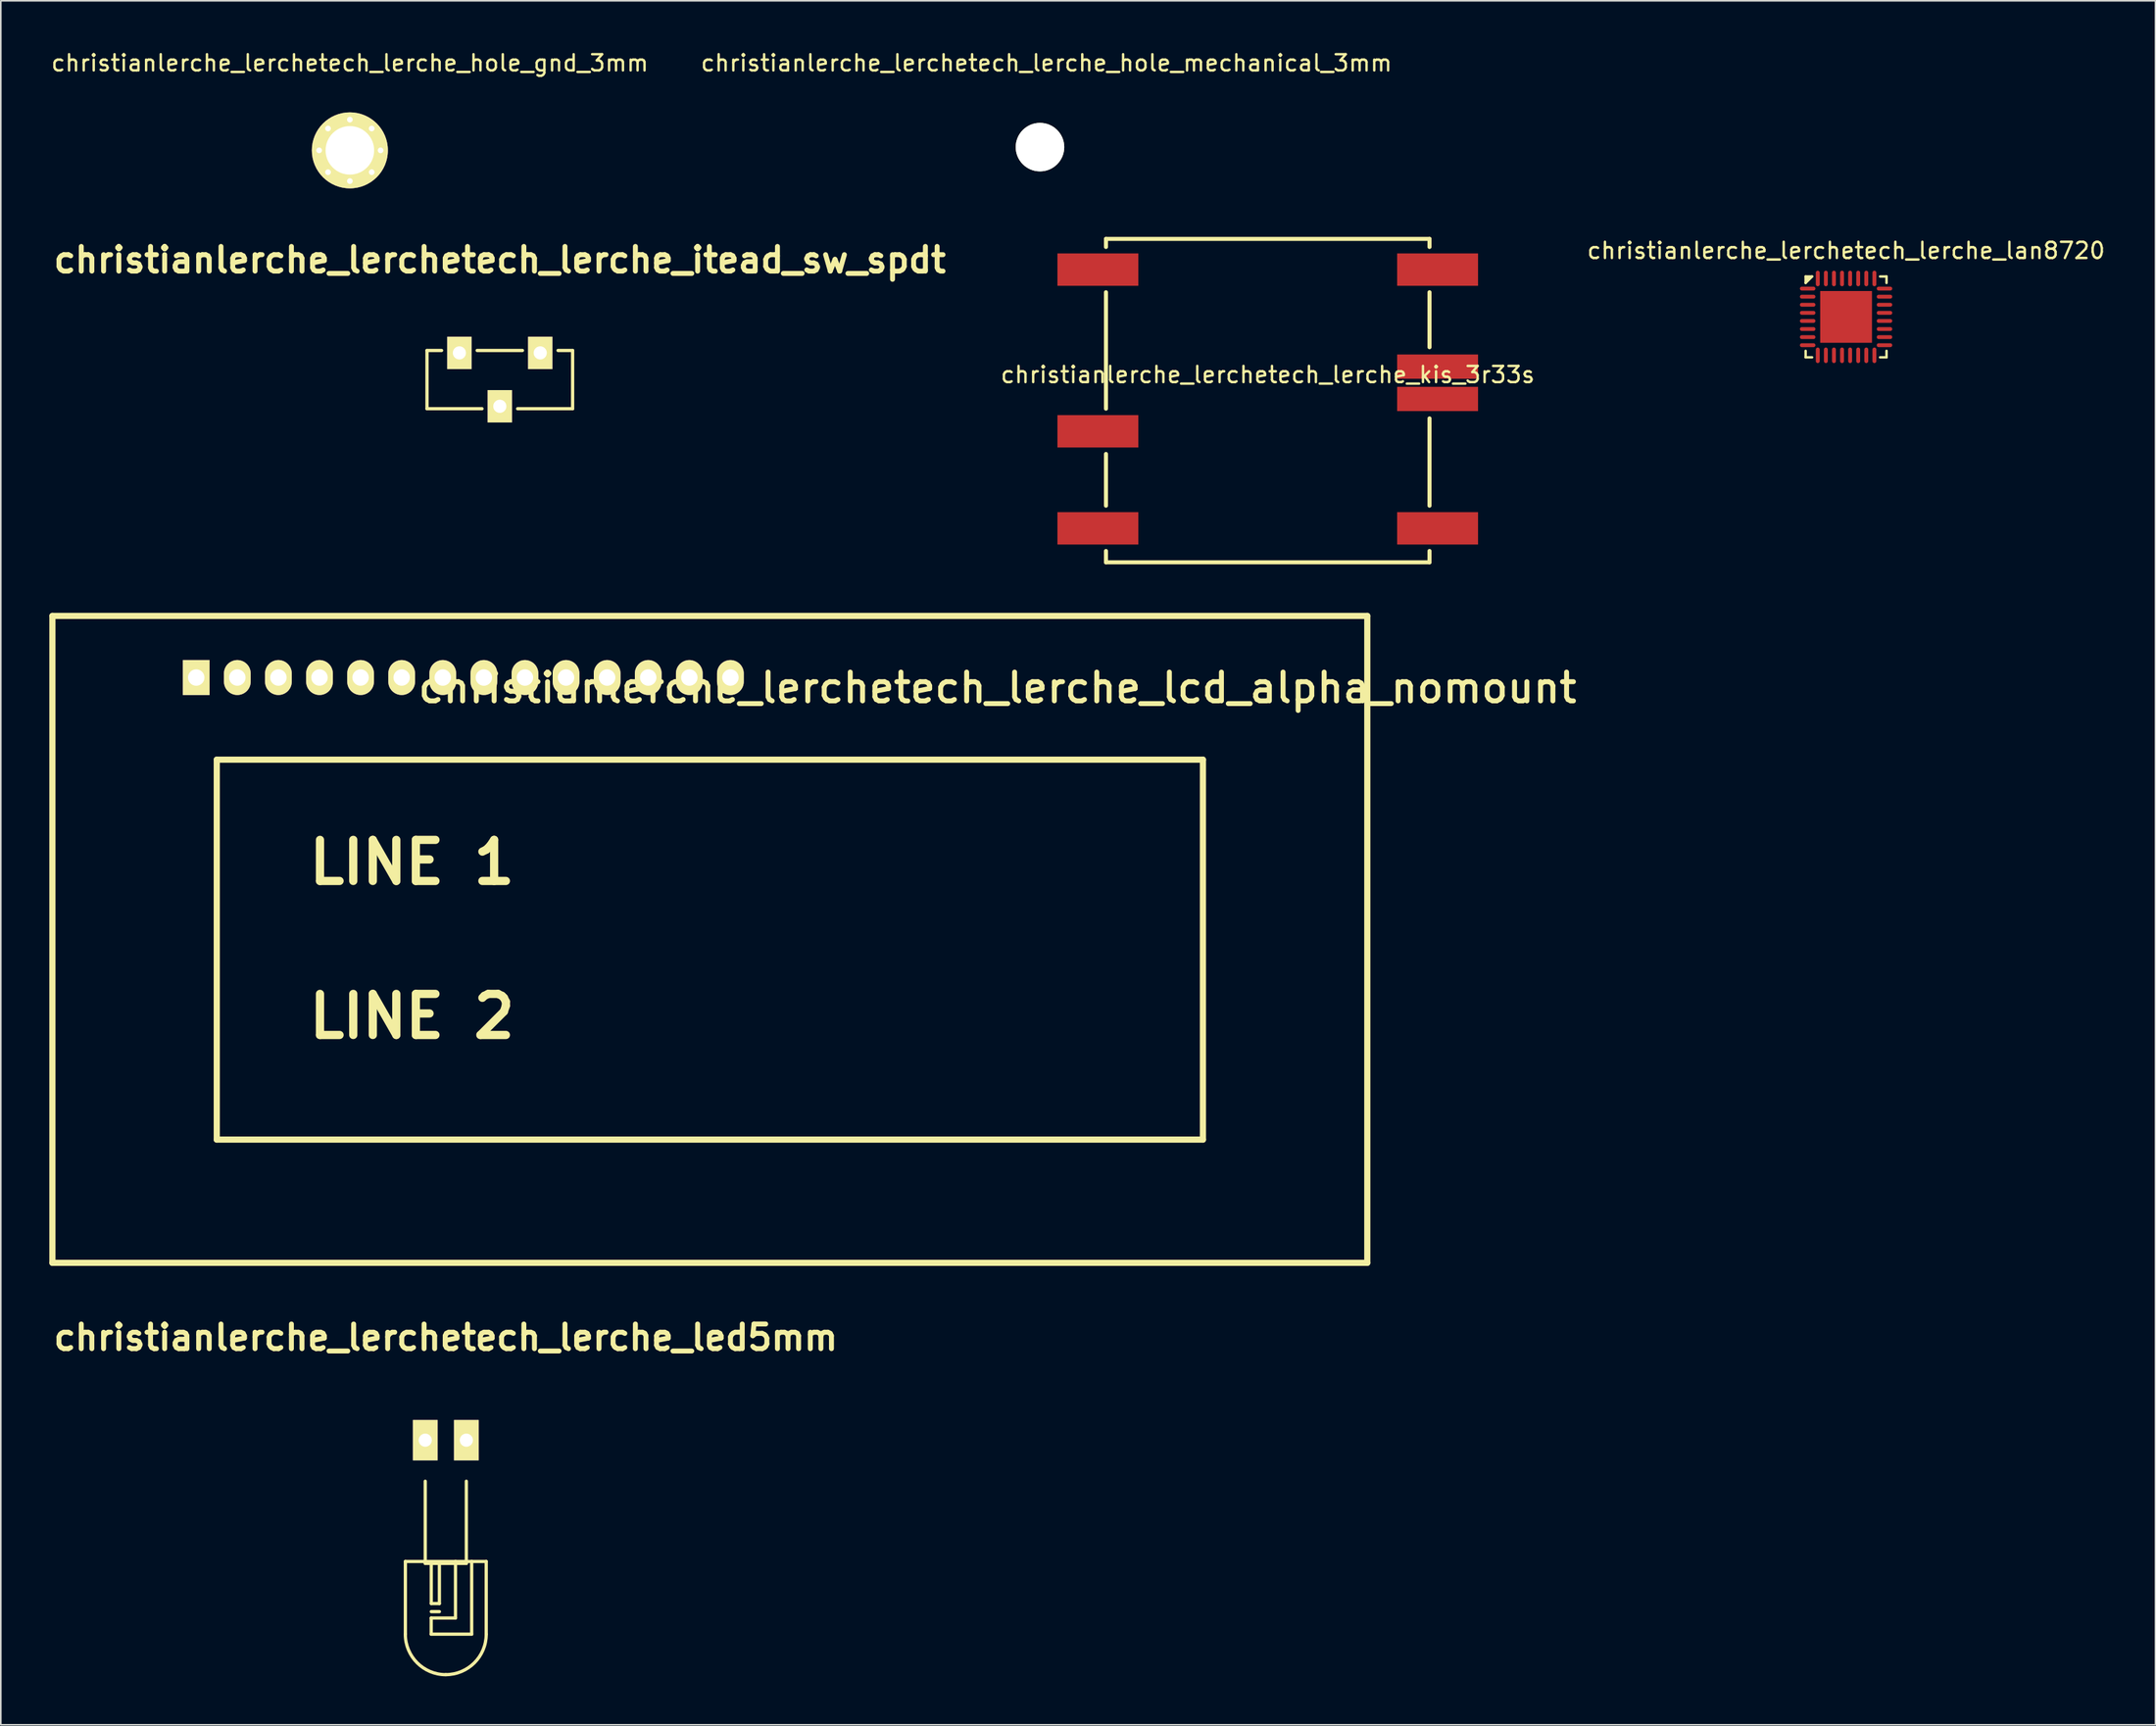
<source format=kicad_pcb>
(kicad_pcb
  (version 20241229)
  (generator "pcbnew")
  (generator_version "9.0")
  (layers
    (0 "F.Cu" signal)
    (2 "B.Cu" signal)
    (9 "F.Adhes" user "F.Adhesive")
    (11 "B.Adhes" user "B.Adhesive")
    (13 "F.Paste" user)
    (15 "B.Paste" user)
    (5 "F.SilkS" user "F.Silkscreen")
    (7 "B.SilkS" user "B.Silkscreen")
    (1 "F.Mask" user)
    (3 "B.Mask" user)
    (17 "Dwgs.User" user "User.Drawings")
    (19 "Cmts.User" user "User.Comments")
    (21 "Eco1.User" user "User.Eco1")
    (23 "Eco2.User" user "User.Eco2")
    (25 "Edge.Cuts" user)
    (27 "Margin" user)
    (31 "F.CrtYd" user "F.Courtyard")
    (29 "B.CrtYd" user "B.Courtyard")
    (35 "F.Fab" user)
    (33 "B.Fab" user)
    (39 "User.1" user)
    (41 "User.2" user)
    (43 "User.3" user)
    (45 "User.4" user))
  (footprint "christianlerche_lerchetech_lerche_hole_gnd_3mm"
    (layer "F.Cu")
    (at 18.577 6.248)
    (property "Reference" "christianlerche_lerchetech_lerche_hole_gnd_3mm" (at 0 -5.4 0) (layer "F.SilkS") (effects (font (size 1 1) (thickness 0.15))))
    (attr through_hole)
    (pad "HOLE" thru_hole circle (at -1.9 0) (size 0.65 0.65) (drill 0.35) (layers "*.Cu" "*.Mask" "F.SilkS"))
    (pad "HOLE" thru_hole circle (at -1.35 -1.35) (size 0.65 0.65) (drill 0.35) (layers "*.Cu" "*.Mask" "F.SilkS"))
    (pad "HOLE" thru_hole circle (at -1.35 1.35) (size 0.65 0.65) (drill 0.35) (layers "*.Cu" "*.Mask" "F.SilkS"))
    (pad "HOLE" thru_hole circle (at 0 -1.9) (size 0.65 0.65) (drill 0.35) (layers "*.Cu" "*.Mask" "F.SilkS"))
    (pad "HOLE" thru_hole circle (at 0 0) (size 4.7 4.7) (drill 3) (layers "*.Cu" "*.Mask" "F.SilkS"))
    (pad "HOLE" thru_hole circle (at 0 1.9) (size 0.65 0.65) (drill 0.35) (layers "*.Cu" "*.Mask" "F.SilkS"))
    (pad "HOLE" thru_hole circle (at 1.35 -1.35) (size 0.65 0.65) (drill 0.35) (layers "*.Cu" "*.Mask" "F.SilkS"))
    (pad "HOLE" thru_hole circle (at 1.35 1.35) (size 0.65 0.65) (drill 0.35) (layers "*.Cu" "*.Mask" "F.SilkS"))
    (pad "HOLE" thru_hole circle (at 1.9 0) (size 0.65 0.65) (drill 0.35) (layers "*.Cu" "*.Mask" "F.SilkS")))
  (footprint "christianlerche_lerchetech_lerche_led5mm"
    (layer "F.Cu")
    (at 24.507 86.011)
    (property "Reference" "christianlerche_lerchetech_lerche_led5mm" (at 0 -6.35 0) (layer "F.SilkS") (effects (font (size 1.524 1.524) (thickness 0.305))))
    (attr through_hole)
    (fp_line (start -2.499 7.501) (end -2.499 11.999) (stroke (width 0.201) (type solid)) (layer "F.SilkS"))
    (fp_line (start -1.27 2.54) (end -1.27 7.62) (stroke (width 0.201) (type solid)) (layer "F.SilkS"))
    (fp_line (start -1.27 7.62) (end 1.27 7.62) (stroke (width 0.201) (type solid)) (layer "F.SilkS"))
    (fp_line (start -0.902 10.998) (end 0.599 10.998) (stroke (width 0.201) (type solid)) (layer "F.SilkS"))
    (fp_line (start -0.902 11.996) (end -0.902 10.998) (stroke (width 0.201) (type solid)) (layer "F.SilkS"))
    (fp_line (start -0.899 7.6) (end -0.899 10.099) (stroke (width 0.201) (type solid)) (layer "F.SilkS"))
    (fp_line (start -0.897 10.102) (end -0.396 10.102) (stroke (width 0.201) (type solid)) (layer "F.SilkS"))
    (fp_line (start -0.396 10.102) (end -0.396 7.602) (stroke (width 0.201) (type solid)) (layer "F.SilkS"))
    (fp_line (start -0.396 10.602) (end -0.897 10.602) (stroke (width 0.201) (type solid)) (layer "F.SilkS"))
    (fp_line (start 0.599 10.998) (end 0.599 7.498) (stroke (width 0.201) (type solid)) (layer "F.SilkS"))
    (fp_line (start 1.27 2.54) (end 1.27 7.62) (stroke (width 0.201) (type solid)) (layer "F.SilkS"))
    (fp_line (start 1.6 7.498) (end 1.6 11.996) (stroke (width 0.201) (type solid)) (layer "F.SilkS"))
    (fp_line (start 1.6 11.996) (end -0.902 11.996) (stroke (width 0.201) (type solid)) (layer "F.SilkS"))
    (fp_line (start 2.499 7.501) (end -2.499 7.501) (stroke (width 0.201) (type solid)) (layer "F.SilkS"))
    (fp_line (start 2.499 7.501) (end 2.499 11.999) (stroke (width 0.201) (type solid)) (layer "F.SilkS"))
    (fp_arc (start 0 14.50086) (mid -1.76911 13.76807) (end -2.5019 11.99896) (stroke (width 0.20066) (type solid)) (layer "F.SilkS"))
    (fp_arc (start 2.49936 11.99896) (mid 1.767314 13.766274) (end 0 14.49832) (stroke (width 0.20066) (type solid)) (layer "F.SilkS"))
    (pad "1" thru_hole rect (at -1.27 0) (size 1.524 2.499) (drill 0.813) (layers "*.Cu" "*.Mask" "F.SilkS"))
    (pad "2" thru_hole rect (at 1.27 0) (size 1.524 2.499) (drill 0.813) (layers "*.Cu" "*.Mask" "F.SilkS")))
  (footprint "christianlerche_lerchetech_lerche_lan8720"
    (layer "F.Cu")
    (at 111.066 16.547)
    (property "Reference" "christianlerche_lerchetech_lerche_lan8720" (at 0 -4.1 0) (layer "F.SilkS") (effects (font (size 1 1) (thickness 0.15))))
    (attr through_hole)
    (fp_line (start -2.5 -2.5) (end -2.5 -2.1) (stroke (width 0.15) (type solid)) (layer "F.SilkS"))
    (fp_line (start -2.5 -2.5) (end -2.1 -2.5) (stroke (width 0.15) (type solid)) (layer "F.SilkS"))
    (fp_line (start -2.5 2.5) (end -2.5 2.1) (stroke (width 0.15) (type solid)) (layer "F.SilkS"))
    (fp_line (start -2.4 -2.4) (end -2.4 -2.3) (stroke (width 0.15) (type solid)) (layer "F.SilkS"))
    (fp_line (start -2.4 -2.3) (end -2.3 -2.4) (stroke (width 0.15) (type solid)) (layer "F.SilkS"))
    (fp_line (start -2.3 -2.4) (end -2.4 -2.4) (stroke (width 0.15) (type solid)) (layer "F.SilkS"))
    (fp_line (start -2.1 -2.5) (end -2.5 -2.1) (stroke (width 0.15) (type solid)) (layer "F.SilkS"))
    (fp_line (start -2.1 2.5) (end -2.5 2.5) (stroke (width 0.15) (type solid)) (layer "F.SilkS"))
    (fp_line (start 2.1 2.5) (end 2.5 2.5) (stroke (width 0.15) (type solid)) (layer "F.SilkS"))
    (fp_line (start 2.5 -2.5) (end 2.1 -2.5) (stroke (width 0.15) (type solid)) (layer "F.SilkS"))
    (fp_line (start 2.5 -2.5) (end 2.5 -2.1) (stroke (width 0.15) (type solid)) (layer "F.SilkS"))
    (fp_line (start 2.5 2.5) (end 2.5 2.1) (stroke (width 0.15) (type solid)) (layer "F.SilkS"))
    (pad "1" smd oval (at -2.375 -1.75) (size 0.96 0.24) (layers "F.Cu" "F.Mask" "F.Paste"))
    (pad "2" smd oval (at -2.375 -1.25) (size 0.96 0.24) (layers "F.Cu" "F.Mask" "F.Paste"))
    (pad "3" smd oval (at -2.375 -0.75) (size 0.96 0.24) (layers "F.Cu" "F.Mask" "F.Paste"))
    (pad "4" smd oval (at -2.375 -0.25) (size 0.96 0.24) (layers "F.Cu" "F.Mask" "F.Paste"))
    (pad "5" smd oval (at -2.375 0.25) (size 0.96 0.24) (layers "F.Cu" "F.Mask" "F.Paste"))
    (pad "6" smd oval (at -2.375 0.75) (size 0.96 0.24) (layers "F.Cu" "F.Mask" "F.Paste"))
    (pad "7" smd oval (at -2.375 1.25) (size 0.96 0.24) (layers "F.Cu" "F.Mask" "F.Paste"))
    (pad "8" smd oval (at -2.375 1.75) (size 0.96 0.24) (layers "F.Cu" "F.Mask" "F.Paste"))
    (pad "9" smd oval (at -1.75 2.375 90) (size 0.96 0.24) (layers "F.Cu" "F.Mask" "F.Paste"))
    (pad "10" smd oval (at -1.25 2.375 90) (size 0.96 0.24) (layers "F.Cu" "F.Mask" "F.Paste"))
    (pad "11" smd oval (at -0.75 2.375 90) (size 0.96 0.24) (layers "F.Cu" "F.Mask" "F.Paste"))
    (pad "12" smd oval (at -0.25 2.375 90) (size 0.96 0.24) (layers "F.Cu" "F.Mask" "F.Paste"))
    (pad "13" smd oval (at 0.25 2.375 90) (size 0.96 0.24) (layers "F.Cu" "F.Mask" "F.Paste"))
    (pad "14" smd oval (at 0.75 2.375 90) (size 0.96 0.24) (layers "F.Cu" "F.Mask" "F.Paste"))
    (pad "15" smd oval (at 1.25 2.375 90) (size 0.96 0.24) (layers "F.Cu" "F.Mask" "F.Paste"))
    (pad "16" smd oval (at 1.75 2.375 90) (size 0.96 0.24) (layers "F.Cu" "F.Mask" "F.Paste"))
    (pad "17" smd oval (at 2.375 1.75) (size 0.96 0.24) (layers "F.Cu" "F.Mask" "F.Paste"))
    (pad "18" smd oval (at 2.375 1.25) (size 0.96 0.24) (layers "F.Cu" "F.Mask" "F.Paste"))
    (pad "19" smd oval (at 2.375 0.75) (size 0.96 0.24) (layers "F.Cu" "F.Mask" "F.Paste"))
    (pad "20" smd oval (at 2.375 0.25) (size 0.96 0.24) (layers "F.Cu" "F.Mask" "F.Paste"))
    (pad "21" smd oval (at 2.375 -0.25) (size 0.96 0.24) (layers "F.Cu" "F.Mask" "F.Paste"))
    (pad "22" smd oval (at 2.375 -0.75) (size 0.96 0.24) (layers "F.Cu" "F.Mask" "F.Paste"))
    (pad "23" smd oval (at 2.375 -1.25) (size 0.96 0.24) (layers "F.Cu" "F.Mask" "F.Paste"))
    (pad "24" smd oval (at 2.375 -1.75) (size 0.96 0.24) (layers "F.Cu" "F.Mask" "F.Paste"))
    (pad "25" smd oval (at 1.75 -2.375 90) (size 0.96 0.24) (layers "F.Cu" "F.Mask" "F.Paste"))
    (pad "26" smd oval (at 1.25 -2.375 90) (size 0.96 0.24) (layers "F.Cu" "F.Mask" "F.Paste"))
    (pad "27" smd oval (at 0.75 -2.375 90) (size 0.96 0.24) (layers "F.Cu" "F.Mask" "F.Paste"))
    (pad "28" smd oval (at 0.25 -2.375 90) (size 0.96 0.24) (layers "F.Cu" "F.Mask" "F.Paste"))
    (pad "29" smd oval (at -0.25 -2.375 90) (size 0.96 0.24) (layers "F.Cu" "F.Mask" "F.Paste"))
    (pad "30" smd oval (at -0.75 -2.375 90) (size 0.96 0.24) (layers "F.Cu" "F.Mask" "F.Paste"))
    (pad "31" smd oval (at -1.25 -2.375 90) (size 0.96 0.24) (layers "F.Cu" "F.Mask" "F.Paste"))
    (pad "32" smd oval (at -1.75 -2.375 90) (size 0.96 0.24) (layers "F.Cu" "F.Mask" "F.Paste"))
    (pad "EP" smd rect (at 0 0) (size 3.2 3.2) (layers "F.Cu" "F.Mask" "F.Paste")))
  (footprint "christianlerche_lerchetech_lerche_lcd_alpha_nomount"
    (layer "F.Cu")
    (at 25.59 38.849)
    (property "Reference" "christianlerche_lerchetech_lerche_lcd_alpha_nomount" (at 33.02 0.635 0) (layer "F.SilkS") (effects (font (size 1.778 1.778) (thickness 0.305))))
    (attr through_hole)
    (fp_line (start -25.4 -3.81) (end 55.88 -3.81) (stroke (width 0.381) (type solid)) (layer "F.SilkS"))
    (fp_line (start -25.4 36.195) (end -25.4 -3.81) (stroke (width 0.381) (type solid)) (layer "F.SilkS"))
    (fp_line (start -15.24 5.08) (end 45.72 5.08) (stroke (width 0.381) (type solid)) (layer "F.SilkS"))
    (fp_line (start -15.24 28.575) (end -15.24 5.08) (stroke (width 0.381) (type solid)) (layer "F.SilkS"))
    (fp_line (start 45.72 5.08) (end 45.72 28.575) (stroke (width 0.381) (type solid)) (layer "F.SilkS"))
    (fp_line (start 45.72 28.575) (end -15.24 28.575) (stroke (width 0.381) (type solid)) (layer "F.SilkS"))
    (fp_line (start 55.88 -3.81) (end 55.88 36.195) (stroke (width 0.381) (type solid)) (layer "F.SilkS"))
    (fp_line (start 55.88 36.195) (end -25.4 36.195) (stroke (width 0.381) (type solid)) (layer "F.SilkS"))
    (fp_text user "LINE 1" (at -3.175 11.43 0) (layer "F.SilkS") (effects (font (size 2.54 2.54) (thickness 0.508))))
    (fp_text user "LINE 2" (at -3.175 20.955 0) (layer "F.SilkS") (effects (font (size 2.54 2.54) (thickness 0.508))))
    (pad "1" thru_hole rect (at -16.51 0) (size 1.651 2.159) (drill 1.016) (layers "*.Cu" "*.Mask" "F.SilkS"))
    (pad "2" thru_hole oval (at -13.97 0) (size 1.651 2.159) (drill 1.016) (layers "*.Cu" "*.Mask" "F.SilkS"))
    (pad "3" thru_hole oval (at -11.43 0) (size 1.651 2.159) (drill 1.016) (layers "*.Cu" "*.Mask" "F.SilkS"))
    (pad "4" thru_hole oval (at -8.89 0) (size 1.651 2.159) (drill 1.016) (layers "*.Cu" "*.Mask" "F.SilkS"))
    (pad "5" thru_hole oval (at -6.35 0) (size 1.651 2.159) (drill 1.016) (layers "*.Cu" "*.Mask" "F.SilkS"))
    (pad "6" thru_hole oval (at -3.81 0) (size 1.651 2.159) (drill 1.016) (layers "*.Cu" "*.Mask" "F.SilkS"))
    (pad "7" thru_hole oval (at -1.27 0) (size 1.651 2.159) (drill 1.016) (layers "*.Cu" "*.Mask" "F.SilkS"))
    (pad "8" thru_hole oval (at 1.27 0) (size 1.651 2.159) (drill 1.016) (layers "*.Cu" "*.Mask" "F.SilkS"))
    (pad "9" thru_hole oval (at 3.81 0) (size 1.651 2.159) (drill 1.016) (layers "*.Cu" "*.Mask" "F.SilkS"))
    (pad "10" thru_hole oval (at 6.35 0) (size 1.651 2.159) (drill 1.016) (layers "*.Cu" "*.Mask" "F.SilkS"))
    (pad "11" thru_hole oval (at 8.89 0) (size 1.651 2.159) (drill 1.016) (layers "*.Cu" "*.Mask" "F.SilkS"))
    (pad "12" thru_hole oval (at 11.43 0) (size 1.651 2.159) (drill 1.016) (layers "*.Cu" "*.Mask" "F.SilkS"))
    (pad "13" thru_hole oval (at 13.97 0) (size 1.651 2.159) (drill 1.016) (layers "*.Cu" "*.Mask" "F.SilkS"))
    (pad "14" thru_hole oval (at 16.51 0) (size 1.651 2.159) (drill 1.016) (layers "*.Cu" "*.Mask" "F.SilkS")))
  (footprint "christianlerche_lerchetech_lerche_itead_sw_spdt"
    (layer "F.Cu")
    (at 27.846 20.424)
    (property "Reference" "christianlerche_lerchetech_lerche_itead_sw_spdt" (at 0 -7.399 0) (layer "F.SilkS") (effects (font (size 1.524 1.524) (thickness 0.305))))
    (attr through_hole)
    (fp_line (start -4.501 -1.801) (end -4.501 1.801) (stroke (width 0.201) (type solid)) (layer "F.SilkS"))
    (fp_line (start -4.501 -1.801) (end -3.599 -1.801) (stroke (width 0.201) (type solid)) (layer "F.SilkS"))
    (fp_line (start -4.501 1.801) (end -1.1 1.801) (stroke (width 0.201) (type solid)) (layer "F.SilkS"))
    (fp_line (start -1.4 -1.801) (end 1.4 -1.801) (stroke (width 0.201) (type solid)) (layer "F.SilkS"))
    (fp_line (start 1.1 1.801) (end 4.501 1.801) (stroke (width 0.201) (type solid)) (layer "F.SilkS"))
    (fp_line (start 4.501 -1.801) (end 3.599 -1.801) (stroke (width 0.201) (type solid)) (layer "F.SilkS"))
    (fp_line (start 4.501 1.801) (end 4.501 -1.801) (stroke (width 0.201) (type solid)) (layer "F.SilkS"))
    (pad "1" thru_hole rect (at -2.499 -1.651) (size 1.501 1.999) (drill 0.813) (layers "*.Cu" "*.Mask" "F.SilkS"))
    (pad "2" thru_hole rect (at 0 1.651) (size 1.501 1.999) (drill 0.813) (layers "*.Cu" "*.Mask" "F.SilkS"))
    (pad "3" thru_hole rect (at 2.499 -1.651) (size 1.501 1.999) (drill 0.813) (layers "*.Cu" "*.Mask" "F.SilkS")))
  (footprint "christianlerche_lerchetech_lerche_hole_mechanical_3mm"
    (layer "F.Cu")
    (at 61.237 6.048)
    (property "Reference" "christianlerche_lerchetech_lerche_hole_mechanical_3mm" (at 0.4 -5.2 0) (layer "F.SilkS") (effects (font (size 1 1) (thickness 0.15))))
    (attr through_hole)
    (pad "" np_thru_hole circle (at 0 0) (size 3 3) (drill 3) (layers "*.Cu" "*.Mask" "F.SilkS")))
  (footprint "christianlerche_lerchetech_lerche_kis_3r33s"
    (layer "F.Cu")
    (at 75.316 21.723)
    (property "Reference" "christianlerche_lerchetech_lerche_kis_3r33s" (at 0 -1.6 0) (layer "F.SilkS") (effects (font (size 1 1) (thickness 0.15))))
    (attr through_hole)
    (fp_line (start -10 -10) (end -10 -9.5) (stroke (width 0.25) (type solid)) (layer "F.SilkS"))
    (fp_line (start -10 -10) (end 10 -10) (stroke (width 0.25) (type solid)) (layer "F.SilkS"))
    (fp_line (start -10 -6.7) (end -10 0.5) (stroke (width 0.25) (type solid)) (layer "F.SilkS"))
    (fp_line (start -10 3.3) (end -10 6.5) (stroke (width 0.25) (type solid)) (layer "F.SilkS"))
    (fp_line (start -10 9.3) (end -10 10) (stroke (width 0.25) (type solid)) (layer "F.SilkS"))
    (fp_line (start -10 10) (end 10 10) (stroke (width 0.25) (type solid)) (layer "F.SilkS"))
    (fp_line (start 10 -10) (end 10 -9.5) (stroke (width 0.25) (type solid)) (layer "F.SilkS"))
    (fp_line (start 10 -3.3) (end 10 -6.7) (stroke (width 0.25) (type solid)) (layer "F.SilkS"))
    (fp_line (start 10 6.5) (end 10 1.1) (stroke (width 0.25) (type solid)) (layer "F.SilkS"))
    (fp_line (start 10 10) (end 10 9.3) (stroke (width 0.25) (type solid)) (layer "F.SilkS"))
    (pad "1" smd rect (at -10.5 -8.1) (size 5 2) (layers "F.Cu" "F.Mask" "F.Paste"))
    (pad "2" smd rect (at -10.5 1.9) (size 5 2) (layers "F.Cu" "F.Mask" "F.Paste"))
    (pad "3" smd rect (at -10.5 7.9) (size 5 2) (layers "F.Cu" "F.Mask" "F.Paste"))
    (pad "4" smd rect (at 10.5 7.9) (size 5 2) (layers "F.Cu" "F.Mask" "F.Paste"))
    (pad "5" smd rect (at 10.5 -0.1) (size 5 1.5) (layers "F.Cu" "F.Mask" "F.Paste"))
    (pad "6" smd rect (at 10.5 -2.1) (size 5 1.5) (layers "F.Cu" "F.Mask" "F.Paste"))
    (pad "7" smd rect (at 10.5 -8.1) (size 5 2) (layers "F.Cu" "F.Mask" "F.Paste")))
  (gr_rect
    (start -3 -3)
    (end 130.191 103.612)
    (stroke (width 0.1) (type default))
    (fill no)
    (layer "Edge.Cuts")))
</source>
